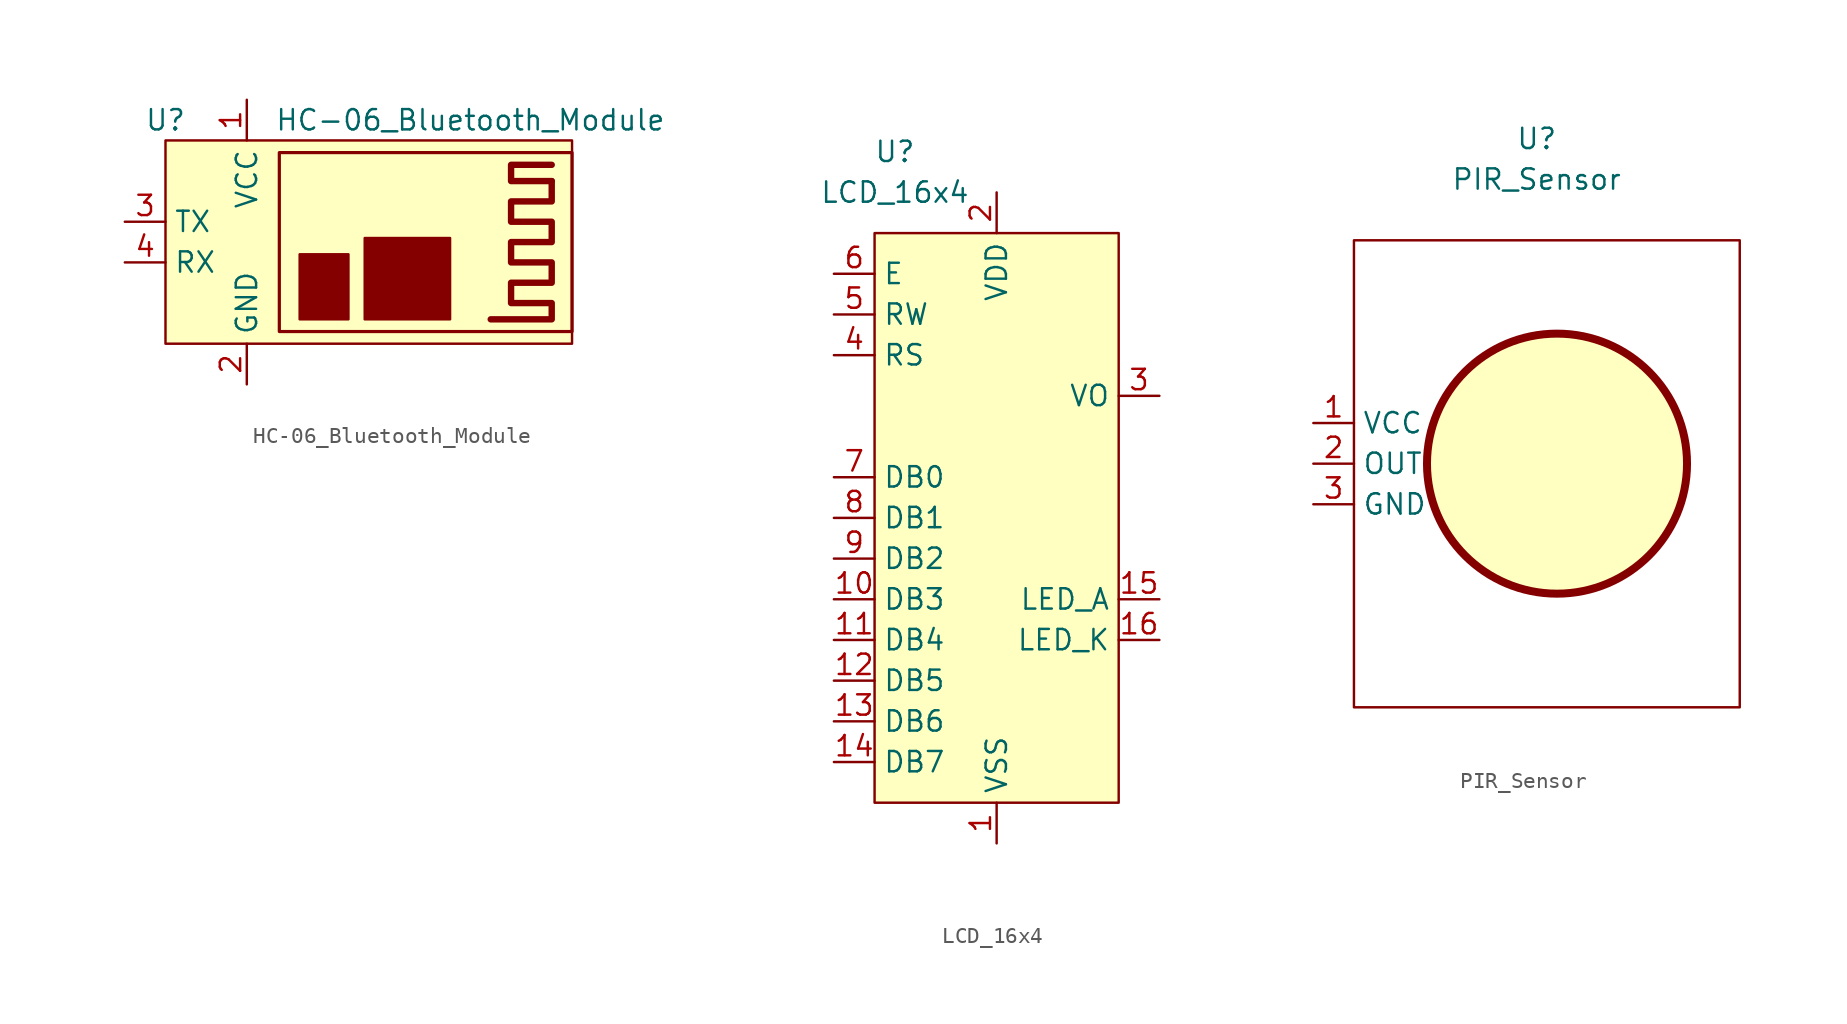
<source format=kicad_sym>
(kicad_symbol_lib
  (version 20220914)
  (generator kicad_symbol_editor)
  (symbol "HC-06_Bluetooth_Module"
    (property "Reference" "U"
      (at -6.35 7.62 0)
      (effects (font (size 1.27 1.27))))
    (property "Value" "HC-06_Bluetooth_Module"
      (at 12.7 7.62 0)
      (effects (font (size 1.27 1.27))))
    (symbol "HC-06_Bluetooth_Module_0_1"
      (rectangle (start -6.35 6.35) (end 19.05 -6.35) (stroke (width 0) (type default)) (fill (type background)))
      (polyline (pts (xy 17.78 3.81) (xy 15.24 3.81) (xy 15.24 4.826) (xy 17.78 4.826)) (stroke (width 0.4) (type default)) (fill (type none)))
      (polyline (pts (xy 17.78 3.81) (xy 17.78 2.54) (xy 15.24 2.54) (xy 15.24 1.27) (xy 17.78 1.27) (xy 17.78 0) (xy 15.24 0) (xy 15.24 -1.27) (xy 17.78 -1.27) (xy 17.78 -2.54) (xy 15.24 -2.54) (xy 15.24 -3.81) (xy 17.78 -3.81) (xy 17.78 -4.826) (xy 13.97 -4.826)) (stroke (width 0.4) (type default)) (fill (type none)))
      (rectangle (start 0.762 5.588) (end 19.05 -5.588) (stroke (width 0.2) (type default)) (fill (type background)))
      (rectangle (start 2.032 -0.762) (end 5.08 -4.826) (stroke (width 0) (type default)) (fill (type outline)))
      (rectangle (start 6.096 0.254) (end 11.43 -4.826) (stroke (width 0) (type default)) (fill (type outline))))
    (symbol "HC-06_Bluetooth_Module_1_1"
      (pin power_in line (at -1.27 8.89 270) (length 2.54) (name "VCC" (effects (font (size 1.27 1.27)))) (number "1" (effects (font (size 1.27 1.27)))))
      (pin power_in line (at -1.27 -8.89 90) (length 2.54) (name "GND" (effects (font (size 1.27 1.27)))) (number "2" (effects (font (size 1.27 1.27)))))
      (pin output line (at -8.89 1.27 0) (length 2.54) (name "TX" (effects (font (size 1.27 1.27)))) (number "3" (effects (font (size 1.27 1.27)))))
      (pin input line (at -8.89 -1.27 0) (length 2.54) (name "RX" (effects (font (size 1.27 1.27)))) (number "4" (effects (font (size 1.27 1.27)))))))
  (symbol "LCD_16x4"
    (property "Reference" "U"
      (at -6.35 22.86 0)
      (effects (font (size 1.27 1.27))))
    (property "Value" "LCD_16x4"
      (at -6.35 20.32 0)
      (effects (font (size 1.27 1.27))))
    (symbol "LCD_16x4_1_1"
      (rectangle (start -7.62 17.78) (end 7.62 -17.78) (stroke (width 0) (type default)) (fill (type background)))
      (pin power_in line (at 0 -20.32 90) (length 2.54) (name "VSS" (effects (font (size 1.27 1.27)))) (number "1" (effects (font (size 1.27 1.27)))))
      (pin bidirectional line (at -10.16 -5.08 0) (length 2.54) (name "DB3" (effects (font (size 1.27 1.27)))) (number "10" (effects (font (size 1.27 1.27)))))
      (pin bidirectional line (at -10.16 -7.62 0) (length 2.54) (name "DB4" (effects (font (size 1.27 1.27)))) (number "11" (effects (font (size 1.27 1.27)))))
      (pin bidirectional line (at -10.16 -10.16 0) (length 2.54) (name "DB5" (effects (font (size 1.27 1.27)))) (number "12" (effects (font (size 1.27 1.27)))))
      (pin bidirectional line (at -10.16 -12.7 0) (length 2.54) (name "DB6" (effects (font (size 1.27 1.27)))) (number "13" (effects (font (size 1.27 1.27)))))
      (pin bidirectional line (at -10.16 -15.24 0) (length 2.54) (name "DB7" (effects (font (size 1.27 1.27)))) (number "14" (effects (font (size 1.27 1.27)))))
      (pin power_in line (at 10.16 -5.08 180) (length 2.54) (name "LED_A" (effects (font (size 1.27 1.27)))) (number "15" (effects (font (size 1.27 1.27)))))
      (pin power_in line (at 10.16 -7.62 180) (length 2.54) (name "LED_K" (effects (font (size 1.27 1.27)))) (number "16" (effects (font (size 1.27 1.27)))))
      (pin power_in line (at 0 20.32 270) (length 2.54) (name "VDD" (effects (font (size 1.27 1.27)))) (number "2" (effects (font (size 1.27 1.27)))))
      (pin input line (at 10.16 7.62 180) (length 2.54) (name "VO" (effects (font (size 1.27 1.27)))) (number "3" (effects (font (size 1.27 1.27)))))
      (pin input line (at -10.16 10.16 0) (length 2.54) (name "RS" (effects (font (size 1.27 1.27)))) (number "4" (effects (font (size 1.27 1.27)))))
      (pin input line (at -10.16 12.7 0) (length 2.54) (name "RW" (effects (font (size 1.27 1.27)))) (number "5" (effects (font (size 1.27 1.27)))))
      (pin input line (at -10.16 15.24 0) (length 2.54) (name "E" (effects (font (size 1.27 1.27)))) (number "6" (effects (font (size 1.27 1.27)))))
      (pin bidirectional line (at -10.16 2.54 0) (length 2.54) (name "DB0" (effects (font (size 1.27 1.27)))) (number "7" (effects (font (size 1.27 1.27)))))
      (pin bidirectional line (at -10.16 0 0) (length 2.54) (name "DB1" (effects (font (size 1.27 1.27)))) (number "8" (effects (font (size 1.27 1.27)))))
      (pin bidirectional line (at -10.16 -2.54 0) (length 2.54) (name "DB2" (effects (font (size 1.27 1.27)))) (number "9" (effects (font (size 1.27 1.27)))))))
  (symbol "PIR_Sensor"
    (property "Reference" "U"
      (at -1.27 20.32 0)
      (effects (font (size 1.27 1.27))))
    (property "Value" "PIR_Sensor"
      (at -1.27 17.78 0)
      (effects (font (size 1.27 1.27))))
    (symbol "PIR_Sensor_0_1"
      (rectangle (start -12.7 13.97) (end 11.43 -15.24) (stroke (width 0) (type default)) (fill (type none)))
      (circle (center 0 0) (radius 8.132) (stroke (width 0.5) (type default)) (fill (type background))))
    (symbol "PIR_Sensor_1_1"
      (pin power_in line (at -15.24 2.54 0) (length 2.54) (name "VCC" (effects (font (size 1.27 1.27)))) (number "1" (effects (font (size 1.27 1.27)))))
      (pin output line (at -15.24 0 0) (length 2.54) (name "OUT" (effects (font (size 1.27 1.27)))) (number "2" (effects (font (size 1.27 1.27)))))
      (pin power_in line (at -15.24 -2.54 0) (length 2.54) (name "GND" (effects (font (size 1.27 1.27)))) (number "3" (effects (font (size 1.27 1.27))))))))
</source>
